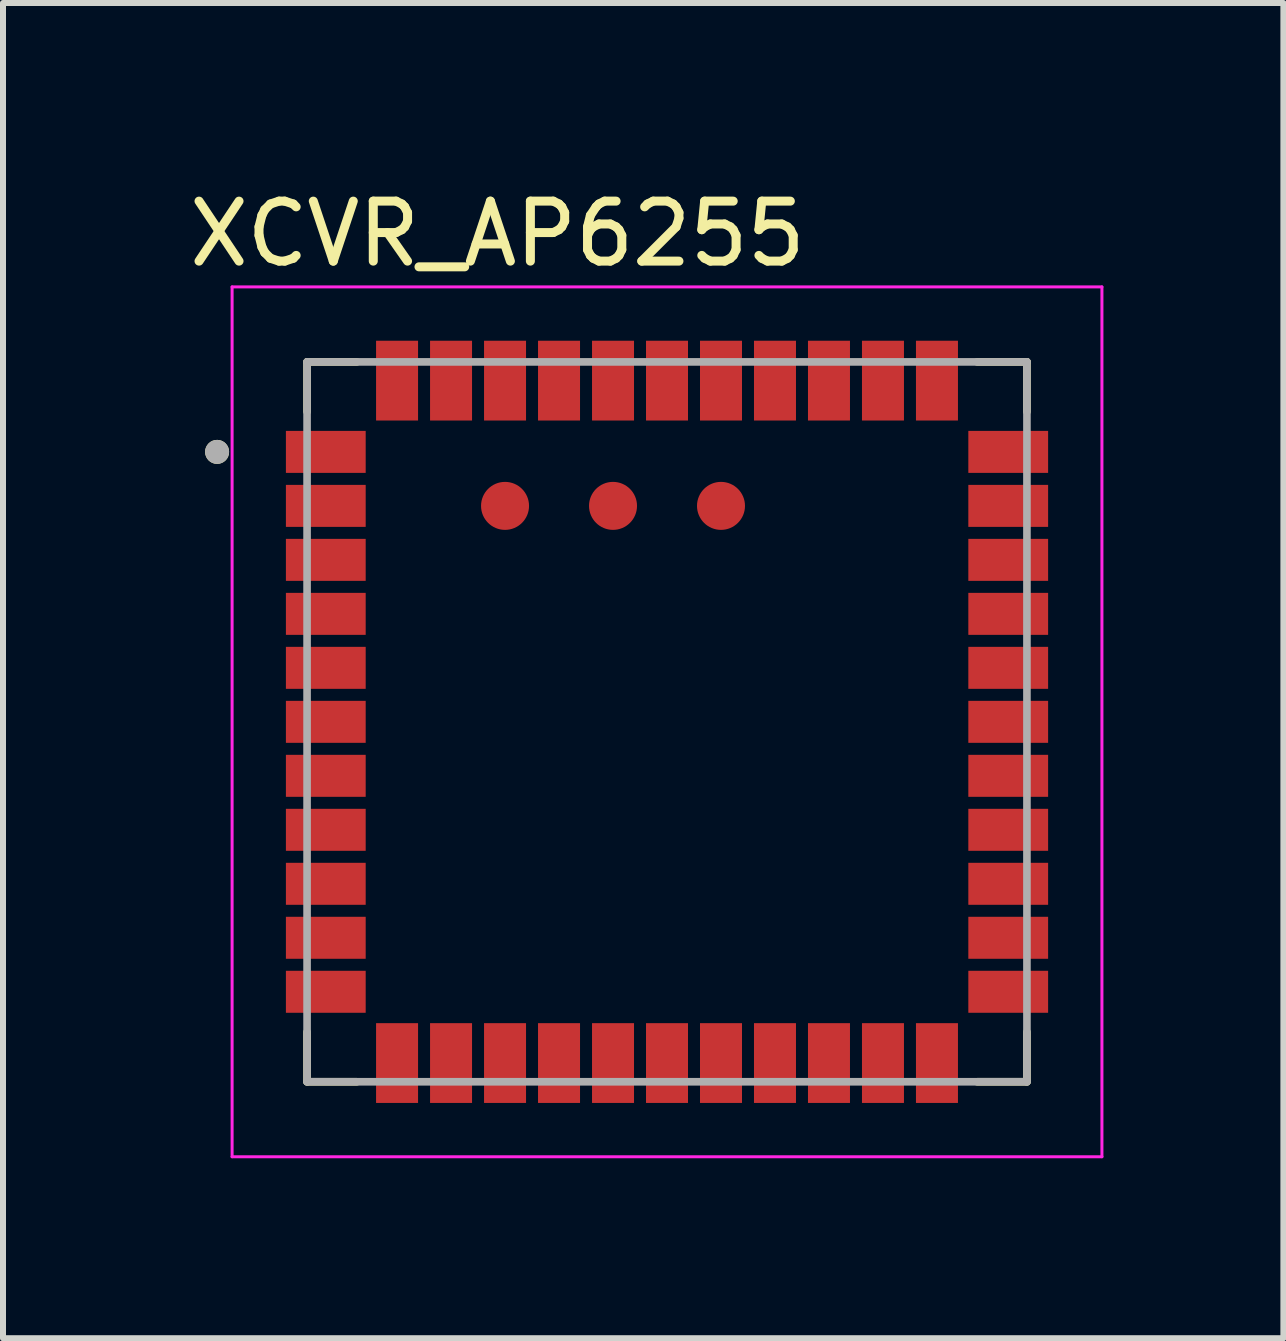
<source format=kicad_pcb>
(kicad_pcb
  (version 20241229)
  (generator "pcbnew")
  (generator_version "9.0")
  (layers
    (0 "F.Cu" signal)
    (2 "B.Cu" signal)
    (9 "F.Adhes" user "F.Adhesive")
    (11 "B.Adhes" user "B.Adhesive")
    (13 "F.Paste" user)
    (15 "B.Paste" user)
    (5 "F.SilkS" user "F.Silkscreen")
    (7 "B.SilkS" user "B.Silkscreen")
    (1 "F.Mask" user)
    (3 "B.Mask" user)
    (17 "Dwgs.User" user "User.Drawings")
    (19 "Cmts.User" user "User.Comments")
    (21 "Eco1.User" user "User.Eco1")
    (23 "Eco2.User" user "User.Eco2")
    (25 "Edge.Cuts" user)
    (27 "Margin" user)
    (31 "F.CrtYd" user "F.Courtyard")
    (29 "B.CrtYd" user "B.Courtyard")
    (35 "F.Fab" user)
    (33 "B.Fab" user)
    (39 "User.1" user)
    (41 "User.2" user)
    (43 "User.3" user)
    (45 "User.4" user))
  (footprint "XCVR_AP6255"
    (layer "F.Cu")
    (at 8.069 8.983)
    (property "Reference" "XCVR_AP6255" (at -2.825 -8.135 0) (layer "F.SilkS") (effects (font (size 1 1) (thickness 0.15))))
    (attr smd)
    (fp_poly (pts (xy -6.402 -4.9) (xy -4.973 -4.9) (xy -4.973 -4.1) (xy -6.402 -4.1)) (stroke (width 0.01) (type solid)) (fill yes) (layer "F.Mask"))
    (fp_poly (pts (xy -6.402 -4) (xy -4.973 -4) (xy -4.973 -3.2) (xy -6.402 -3.2)) (stroke (width 0.01) (type solid)) (fill yes) (layer "F.Mask"))
    (fp_poly (pts (xy -6.402 -3.1) (xy -4.973 -3.1) (xy -4.973 -2.3) (xy -6.402 -2.3)) (stroke (width 0.01) (type solid)) (fill yes) (layer "F.Mask"))
    (fp_poly (pts (xy -6.402 -2.2) (xy -4.973 -2.2) (xy -4.973 -1.4) (xy -6.402 -1.4)) (stroke (width 0.01) (type solid)) (fill yes) (layer "F.Mask"))
    (fp_poly (pts (xy -6.402 -1.3) (xy -4.973 -1.3) (xy -4.973 -0.5) (xy -6.402 -0.5)) (stroke (width 0.01) (type solid)) (fill yes) (layer "F.Mask"))
    (fp_poly (pts (xy -6.402 -0.4) (xy -4.973 -0.4) (xy -4.973 0.4) (xy -6.402 0.4)) (stroke (width 0.01) (type solid)) (fill yes) (layer "F.Mask"))
    (fp_poly (pts (xy -6.402 0.5) (xy -4.973 0.5) (xy -4.973 1.3) (xy -6.402 1.3)) (stroke (width 0.01) (type solid)) (fill yes) (layer "F.Mask"))
    (fp_poly (pts (xy -6.402 1.4) (xy -4.973 1.4) (xy -4.973 2.2) (xy -6.402 2.2)) (stroke (width 0.01) (type solid)) (fill yes) (layer "F.Mask"))
    (fp_poly (pts (xy -6.402 2.3) (xy -4.973 2.3) (xy -4.973 3.1) (xy -6.402 3.1)) (stroke (width 0.01) (type solid)) (fill yes) (layer "F.Mask"))
    (fp_poly (pts (xy -6.402 3.2) (xy -4.973 3.2) (xy -4.973 4) (xy -6.402 4)) (stroke (width 0.01) (type solid)) (fill yes) (layer "F.Mask"))
    (fp_poly (pts (xy -6.402 4.1) (xy -4.973 4.1) (xy -4.973 4.9) (xy -6.402 4.9)) (stroke (width 0.01) (type solid)) (fill yes) (layer "F.Mask"))
    (fp_poly (pts (xy -4.9 -6.402) (xy -4.1 -6.402) (xy -4.1 -4.973) (xy -4.9 -4.973)) (stroke (width 0.01) (type solid)) (fill yes) (layer "F.Mask"))
    (fp_poly (pts (xy -4.9 4.973) (xy -4.1 4.973) (xy -4.1 6.402) (xy -4.9 6.402)) (stroke (width 0.01) (type solid)) (fill yes) (layer "F.Mask"))
    (fp_poly (pts (xy -4 -6.402) (xy -3.2 -6.402) (xy -3.2 -4.973) (xy -4 -4.973)) (stroke (width 0.01) (type solid)) (fill yes) (layer "F.Mask"))
    (fp_poly (pts (xy -4 4.973) (xy -3.2 4.973) (xy -3.2 6.402) (xy -4 6.402)) (stroke (width 0.01) (type solid)) (fill yes) (layer "F.Mask"))
    (fp_poly (pts (xy -3.1 -6.402) (xy -2.3 -6.402) (xy -2.3 -4.973) (xy -3.1 -4.973)) (stroke (width 0.01) (type solid)) (fill yes) (layer "F.Mask"))
    (fp_poly (pts (xy -3.1 4.973) (xy -2.3 4.973) (xy -2.3 6.402) (xy -3.1 6.402)) (stroke (width 0.01) (type solid)) (fill yes) (layer "F.Mask"))
    (fp_poly (pts (xy -2.2 -6.402) (xy -1.4 -6.402) (xy -1.4 -4.973) (xy -2.2 -4.973)) (stroke (width 0.01) (type solid)) (fill yes) (layer "F.Mask"))
    (fp_poly (pts (xy -2.2 4.973) (xy -1.4 4.973) (xy -1.4 6.402) (xy -2.2 6.402)) (stroke (width 0.01) (type solid)) (fill yes) (layer "F.Mask"))
    (fp_poly (pts (xy -1.3 -6.402) (xy -0.5 -6.402) (xy -0.5 -4.973) (xy -1.3 -4.973)) (stroke (width 0.01) (type solid)) (fill yes) (layer "F.Mask"))
    (fp_poly (pts (xy -1.3 4.973) (xy -0.5 4.973) (xy -0.5 6.402) (xy -1.3 6.402)) (stroke (width 0.01) (type solid)) (fill yes) (layer "F.Mask"))
    (fp_poly (pts (xy -0.4 -6.402) (xy 0.4 -6.402) (xy 0.4 -4.973) (xy -0.4 -4.973)) (stroke (width 0.01) (type solid)) (fill yes) (layer "F.Mask"))
    (fp_poly (pts (xy -0.4 4.973) (xy 0.4 4.973) (xy 0.4 6.402) (xy -0.4 6.402)) (stroke (width 0.01) (type solid)) (fill yes) (layer "F.Mask"))
    (fp_poly (pts (xy 0.5 -6.402) (xy 1.3 -6.402) (xy 1.3 -4.973) (xy 0.5 -4.973)) (stroke (width 0.01) (type solid)) (fill yes) (layer "F.Mask"))
    (fp_poly (pts (xy 0.5 4.973) (xy 1.3 4.973) (xy 1.3 6.402) (xy 0.5 6.402)) (stroke (width 0.01) (type solid)) (fill yes) (layer "F.Mask"))
    (fp_poly (pts (xy 1.4 -6.402) (xy 2.2 -6.402) (xy 2.2 -4.973) (xy 1.4 -4.973)) (stroke (width 0.01) (type solid)) (fill yes) (layer "F.Mask"))
    (fp_poly (pts (xy 1.4 4.973) (xy 2.2 4.973) (xy 2.2 6.402) (xy 1.4 6.402)) (stroke (width 0.01) (type solid)) (fill yes) (layer "F.Mask"))
    (fp_poly (pts (xy 2.3 -6.402) (xy 3.1 -6.402) (xy 3.1 -4.973) (xy 2.3 -4.973)) (stroke (width 0.01) (type solid)) (fill yes) (layer "F.Mask"))
    (fp_poly (pts (xy 2.3 4.973) (xy 3.1 4.973) (xy 3.1 6.402) (xy 2.3 6.402)) (stroke (width 0.01) (type solid)) (fill yes) (layer "F.Mask"))
    (fp_poly (pts (xy 3.2 -6.402) (xy 4 -6.402) (xy 4 -4.973) (xy 3.2 -4.973)) (stroke (width 0.01) (type solid)) (fill yes) (layer "F.Mask"))
    (fp_poly (pts (xy 3.2 4.973) (xy 4 4.973) (xy 4 6.402) (xy 3.2 6.402)) (stroke (width 0.01) (type solid)) (fill yes) (layer "F.Mask"))
    (fp_poly (pts (xy 4.1 -6.402) (xy 4.9 -6.402) (xy 4.9 -4.973) (xy 4.1 -4.973)) (stroke (width 0.01) (type solid)) (fill yes) (layer "F.Mask"))
    (fp_poly (pts (xy 4.1 4.973) (xy 4.9 4.973) (xy 4.9 6.402) (xy 4.1 6.402)) (stroke (width 0.01) (type solid)) (fill yes) (layer "F.Mask"))
    (fp_poly (pts (xy 4.973 -4.9) (xy 6.402 -4.9) (xy 6.402 -4.1) (xy 4.973 -4.1)) (stroke (width 0.01) (type solid)) (fill yes) (layer "F.Mask"))
    (fp_poly (pts (xy 4.973 -4) (xy 6.402 -4) (xy 6.402 -3.2) (xy 4.973 -3.2)) (stroke (width 0.01) (type solid)) (fill yes) (layer "F.Mask"))
    (fp_poly (pts (xy 4.973 -3.1) (xy 6.402 -3.1) (xy 6.402 -2.3) (xy 4.973 -2.3)) (stroke (width 0.01) (type solid)) (fill yes) (layer "F.Mask"))
    (fp_poly (pts (xy 4.973 -2.2) (xy 6.402 -2.2) (xy 6.402 -1.4) (xy 4.973 -1.4)) (stroke (width 0.01) (type solid)) (fill yes) (layer "F.Mask"))
    (fp_poly (pts (xy 4.973 -1.3) (xy 6.402 -1.3) (xy 6.402 -0.5) (xy 4.973 -0.5)) (stroke (width 0.01) (type solid)) (fill yes) (layer "F.Mask"))
    (fp_poly (pts (xy 4.973 -0.4) (xy 6.402 -0.4) (xy 6.402 0.4) (xy 4.973 0.4)) (stroke (width 0.01) (type solid)) (fill yes) (layer "F.Mask"))
    (fp_poly (pts (xy 4.973 0.5) (xy 6.402 0.5) (xy 6.402 1.3) (xy 4.973 1.3)) (stroke (width 0.01) (type solid)) (fill yes) (layer "F.Mask"))
    (fp_poly (pts (xy 4.973 1.4) (xy 6.402 1.4) (xy 6.402 2.2) (xy 4.973 2.2)) (stroke (width 0.01) (type solid)) (fill yes) (layer "F.Mask"))
    (fp_poly (pts (xy 4.973 2.3) (xy 6.402 2.3) (xy 6.402 3.1) (xy 4.973 3.1)) (stroke (width 0.01) (type solid)) (fill yes) (layer "F.Mask"))
    (fp_poly (pts (xy 4.973 3.2) (xy 6.402 3.2) (xy 6.402 4) (xy 4.973 4)) (stroke (width 0.01) (type solid)) (fill yes) (layer "F.Mask"))
    (fp_poly (pts (xy 4.973 4.1) (xy 6.402 4.1) (xy 6.402 4.9) (xy 4.973 4.9)) (stroke (width 0.01) (type solid)) (fill yes) (layer "F.Mask"))
    (fp_line (start -6 -6) (end -6 -5.17) (stroke (width 0.127) (type solid)) (layer "F.SilkS"))
    (fp_line (start -6 5.17) (end -6 6) (stroke (width 0.127) (type solid)) (layer "F.SilkS"))
    (fp_line (start -6 6) (end -5.17 6) (stroke (width 0.127) (type solid)) (layer "F.SilkS"))
    (fp_line (start -5.17 -6) (end -6 -6) (stroke (width 0.127) (type solid)) (layer "F.SilkS"))
    (fp_line (start 5.17 6) (end 6 6) (stroke (width 0.127) (type solid)) (layer "F.SilkS"))
    (fp_line (start 6 -6) (end 5.17 -6) (stroke (width 0.127) (type solid)) (layer "F.SilkS"))
    (fp_line (start 6 -5.17) (end 6 -6) (stroke (width 0.127) (type solid)) (layer "F.SilkS"))
    (fp_line (start 6 6) (end 6 5.17) (stroke (width 0.127) (type solid)) (layer "F.SilkS"))
    (fp_circle (center -7.5 -4.5) (end -7.4 -4.5) (stroke (width 0.2) (type solid)) (fill no) (layer "F.SilkS"))
    (fp_circle (center -2.7 -3.6) (end -2.562 -3.6) (stroke (width 0.275) (type solid)) (fill no) (layer "F.Paste"))
    (fp_circle (center -0.9 -3.6) (end -0.762 -3.6) (stroke (width 0.275) (type solid)) (fill no) (layer "F.Paste"))
    (fp_circle (center 0.9 -3.6) (end 1.038 -3.6) (stroke (width 0.275) (type solid)) (fill no) (layer "F.Paste"))
    (fp_poly (pts (xy -6.463 -4.775) (xy -4.912 -4.775) (xy -4.912 -4.225) (xy -6.463 -4.225)) (stroke (width 0.01) (type solid)) (fill yes) (layer "F.Paste"))
    (fp_poly (pts (xy -6.463 -3.875) (xy -4.912 -3.875) (xy -4.912 -3.325) (xy -6.463 -3.325)) (stroke (width 0.01) (type solid)) (fill yes) (layer "F.Paste"))
    (fp_poly (pts (xy -6.463 -2.975) (xy -4.912 -2.975) (xy -4.912 -2.425) (xy -6.463 -2.425)) (stroke (width 0.01) (type solid)) (fill yes) (layer "F.Paste"))
    (fp_poly (pts (xy -6.463 -2.075) (xy -4.912 -2.075) (xy -4.912 -1.525) (xy -6.463 -1.525)) (stroke (width 0.01) (type solid)) (fill yes) (layer "F.Paste"))
    (fp_poly (pts (xy -6.463 -1.175) (xy -4.912 -1.175) (xy -4.912 -0.625) (xy -6.463 -0.625)) (stroke (width 0.01) (type solid)) (fill yes) (layer "F.Paste"))
    (fp_poly (pts (xy -6.463 -0.275) (xy -4.912 -0.275) (xy -4.912 0.275) (xy -6.463 0.275)) (stroke (width 0.01) (type solid)) (fill yes) (layer "F.Paste"))
    (fp_poly (pts (xy -6.463 0.625) (xy -4.912 0.625) (xy -4.912 1.175) (xy -6.463 1.175)) (stroke (width 0.01) (type solid)) (fill yes) (layer "F.Paste"))
    (fp_poly (pts (xy -6.463 1.525) (xy -4.912 1.525) (xy -4.912 2.075) (xy -6.463 2.075)) (stroke (width 0.01) (type solid)) (fill yes) (layer "F.Paste"))
    (fp_poly (pts (xy -6.463 2.425) (xy -4.912 2.425) (xy -4.912 2.975) (xy -6.463 2.975)) (stroke (width 0.01) (type solid)) (fill yes) (layer "F.Paste"))
    (fp_poly (pts (xy -6.463 3.325) (xy -4.912 3.325) (xy -4.912 3.875) (xy -6.463 3.875)) (stroke (width 0.01) (type solid)) (fill yes) (layer "F.Paste"))
    (fp_poly (pts (xy -6.463 4.225) (xy -4.912 4.225) (xy -4.912 4.775) (xy -6.463 4.775)) (stroke (width 0.01) (type solid)) (fill yes) (layer "F.Paste"))
    (fp_poly (pts (xy -4.775 -6.463) (xy -4.225 -6.463) (xy -4.225 -4.912) (xy -4.775 -4.912)) (stroke (width 0.01) (type solid)) (fill yes) (layer "F.Paste"))
    (fp_poly (pts (xy -4.775 4.912) (xy -4.225 4.912) (xy -4.225 6.463) (xy -4.775 6.463)) (stroke (width 0.01) (type solid)) (fill yes) (layer "F.Paste"))
    (fp_poly (pts (xy -3.875 -6.463) (xy -3.325 -6.463) (xy -3.325 -4.912) (xy -3.875 -4.912)) (stroke (width 0.01) (type solid)) (fill yes) (layer "F.Paste"))
    (fp_poly (pts (xy -3.875 4.912) (xy -3.325 4.912) (xy -3.325 6.463) (xy -3.875 6.463)) (stroke (width 0.01) (type solid)) (fill yes) (layer "F.Paste"))
    (fp_poly (pts (xy -2.975 -6.463) (xy -2.425 -6.463) (xy -2.425 -4.912) (xy -2.975 -4.912)) (stroke (width 0.01) (type solid)) (fill yes) (layer "F.Paste"))
    (fp_poly (pts (xy -2.975 4.912) (xy -2.425 4.912) (xy -2.425 6.463) (xy -2.975 6.463)) (stroke (width 0.01) (type solid)) (fill yes) (layer "F.Paste"))
    (fp_poly (pts (xy -2.075 -6.463) (xy -1.525 -6.463) (xy -1.525 -4.912) (xy -2.075 -4.912)) (stroke (width 0.01) (type solid)) (fill yes) (layer "F.Paste"))
    (fp_poly (pts (xy -2.075 4.912) (xy -1.525 4.912) (xy -1.525 6.463) (xy -2.075 6.463)) (stroke (width 0.01) (type solid)) (fill yes) (layer "F.Paste"))
    (fp_poly (pts (xy -1.175 -6.463) (xy -0.625 -6.463) (xy -0.625 -4.912) (xy -1.175 -4.912)) (stroke (width 0.01) (type solid)) (fill yes) (layer "F.Paste"))
    (fp_poly (pts (xy -1.175 4.912) (xy -0.625 4.912) (xy -0.625 6.463) (xy -1.175 6.463)) (stroke (width 0.01) (type solid)) (fill yes) (layer "F.Paste"))
    (fp_poly (pts (xy -0.275 -6.463) (xy 0.275 -6.463) (xy 0.275 -4.912) (xy -0.275 -4.912)) (stroke (width 0.01) (type solid)) (fill yes) (layer "F.Paste"))
    (fp_poly (pts (xy -0.275 4.912) (xy 0.275 4.912) (xy 0.275 6.463) (xy -0.275 6.463)) (stroke (width 0.01) (type solid)) (fill yes) (layer "F.Paste"))
    (fp_poly (pts (xy 0.625 -6.463) (xy 1.175 -6.463) (xy 1.175 -4.912) (xy 0.625 -4.912)) (stroke (width 0.01) (type solid)) (fill yes) (layer "F.Paste"))
    (fp_poly (pts (xy 0.625 4.912) (xy 1.175 4.912) (xy 1.175 6.463) (xy 0.625 6.463)) (stroke (width 0.01) (type solid)) (fill yes) (layer "F.Paste"))
    (fp_poly (pts (xy 1.525 -6.463) (xy 2.075 -6.463) (xy 2.075 -4.912) (xy 1.525 -4.912)) (stroke (width 0.01) (type solid)) (fill yes) (layer "F.Paste"))
    (fp_poly (pts (xy 1.525 4.912) (xy 2.075 4.912) (xy 2.075 6.463) (xy 1.525 6.463)) (stroke (width 0.01) (type solid)) (fill yes) (layer "F.Paste"))
    (fp_poly (pts (xy 2.425 -6.463) (xy 2.975 -6.463) (xy 2.975 -4.912) (xy 2.425 -4.912)) (stroke (width 0.01) (type solid)) (fill yes) (layer "F.Paste"))
    (fp_poly (pts (xy 2.425 4.912) (xy 2.975 4.912) (xy 2.975 6.463) (xy 2.425 6.463)) (stroke (width 0.01) (type solid)) (fill yes) (layer "F.Paste"))
    (fp_poly (pts (xy 3.325 -6.463) (xy 3.875 -6.463) (xy 3.875 -4.912) (xy 3.325 -4.912)) (stroke (width 0.01) (type solid)) (fill yes) (layer "F.Paste"))
    (fp_poly (pts (xy 3.325 4.912) (xy 3.875 4.912) (xy 3.875 6.463) (xy 3.325 6.463)) (stroke (width 0.01) (type solid)) (fill yes) (layer "F.Paste"))
    (fp_poly (pts (xy 4.225 -6.463) (xy 4.775 -6.463) (xy 4.775 -4.912) (xy 4.225 -4.912)) (stroke (width 0.01) (type solid)) (fill yes) (layer "F.Paste"))
    (fp_poly (pts (xy 4.225 4.912) (xy 4.775 4.912) (xy 4.775 6.463) (xy 4.225 6.463)) (stroke (width 0.01) (type solid)) (fill yes) (layer "F.Paste"))
    (fp_poly (pts (xy 4.912 -4.775) (xy 6.463 -4.775) (xy 6.463 -4.225) (xy 4.912 -4.225)) (stroke (width 0.01) (type solid)) (fill yes) (layer "F.Paste"))
    (fp_poly (pts (xy 4.912 -3.875) (xy 6.463 -3.875) (xy 6.463 -3.325) (xy 4.912 -3.325)) (stroke (width 0.01) (type solid)) (fill yes) (layer "F.Paste"))
    (fp_poly (pts (xy 4.912 -2.975) (xy 6.463 -2.975) (xy 6.463 -2.425) (xy 4.912 -2.425)) (stroke (width 0.01) (type solid)) (fill yes) (layer "F.Paste"))
    (fp_poly (pts (xy 4.912 -2.075) (xy 6.463 -2.075) (xy 6.463 -1.525) (xy 4.912 -1.525)) (stroke (width 0.01) (type solid)) (fill yes) (layer "F.Paste"))
    (fp_poly (pts (xy 4.912 -1.175) (xy 6.463 -1.175) (xy 6.463 -0.625) (xy 4.912 -0.625)) (stroke (width 0.01) (type solid)) (fill yes) (layer "F.Paste"))
    (fp_poly (pts (xy 4.912 -0.275) (xy 6.463 -0.275) (xy 6.463 0.275) (xy 4.912 0.275)) (stroke (width 0.01) (type solid)) (fill yes) (layer "F.Paste"))
    (fp_poly (pts (xy 4.912 0.625) (xy 6.463 0.625) (xy 6.463 1.175) (xy 4.912 1.175)) (stroke (width 0.01) (type solid)) (fill yes) (layer "F.Paste"))
    (fp_poly (pts (xy 4.912 1.525) (xy 6.463 1.525) (xy 6.463 2.075) (xy 4.912 2.075)) (stroke (width 0.01) (type solid)) (fill yes) (layer "F.Paste"))
    (fp_poly (pts (xy 4.912 2.425) (xy 6.463 2.425) (xy 6.463 2.975) (xy 4.912 2.975)) (stroke (width 0.01) (type solid)) (fill yes) (layer "F.Paste"))
    (fp_poly (pts (xy 4.912 3.325) (xy 6.463 3.325) (xy 6.463 3.875) (xy 4.912 3.875)) (stroke (width 0.01) (type solid)) (fill yes) (layer "F.Paste"))
    (fp_poly (pts (xy 4.912 4.225) (xy 6.463 4.225) (xy 6.463 4.775) (xy 4.912 4.775)) (stroke (width 0.01) (type solid)) (fill yes) (layer "F.Paste"))
    (fp_line (start -7.25 -7.25) (end 7.25 -7.25) (stroke (width 0.05) (type solid)) (layer "F.CrtYd"))
    (fp_line (start -7.25 7.25) (end -7.25 -7.25) (stroke (width 0.05) (type solid)) (layer "F.CrtYd"))
    (fp_line (start 7.25 -7.25) (end 7.25 7.25) (stroke (width 0.05) (type solid)) (layer "F.CrtYd"))
    (fp_line (start 7.25 7.25) (end -7.25 7.25) (stroke (width 0.05) (type solid)) (layer "F.CrtYd"))
    (fp_line (start -6 -6) (end -6 6) (stroke (width 0.127) (type solid)) (layer "F.Fab"))
    (fp_line (start -6 6) (end 6 6) (stroke (width 0.127) (type solid)) (layer "F.Fab"))
    (fp_line (start 6 -6) (end -6 -6) (stroke (width 0.127) (type solid)) (layer "F.Fab"))
    (fp_line (start 6 6) (end 6 -6) (stroke (width 0.127) (type solid)) (layer "F.Fab"))
    (fp_circle (center -7.5 -4.5) (end -7.4 -4.5) (stroke (width 0.2) (type solid)) (fill no) (layer "F.Fab"))
    (pad "1" smd rect (at -5.688 -4.5) (size 1.33 0.7) (layers "F.Cu"))
    (pad "2" smd rect (at -5.688 -3.6) (size 1.33 0.7) (layers "F.Cu"))
    (pad "3" smd rect (at -5.688 -2.7) (size 1.33 0.7) (layers "F.Cu"))
    (pad "4" smd rect (at -5.688 -1.8) (size 1.33 0.7) (layers "F.Cu"))
    (pad "5" smd rect (at -5.688 -0.9) (size 1.33 0.7) (layers "F.Cu"))
    (pad "6" smd rect (at -5.688 0) (size 1.33 0.7) (layers "F.Cu"))
    (pad "7" smd rect (at -5.688 0.9) (size 1.33 0.7) (layers "F.Cu"))
    (pad "8" smd rect (at -5.688 1.8) (size 1.33 0.7) (layers "F.Cu"))
    (pad "9" smd rect (at -5.688 2.7) (size 1.33 0.7) (layers "F.Cu"))
    (pad "10" smd rect (at -5.688 3.6) (size 1.33 0.7) (layers "F.Cu"))
    (pad "11" smd rect (at -5.688 4.5) (size 1.33 0.7) (layers "F.Cu"))
    (pad "12" smd rect (at -4.5 5.688) (size 0.7 1.33) (layers "F.Cu"))
    (pad "13" smd rect (at -3.6 5.688) (size 0.7 1.33) (layers "F.Cu"))
    (pad "14" smd rect (at -2.7 5.688) (size 0.7 1.33) (layers "F.Cu"))
    (pad "15" smd rect (at -1.8 5.688) (size 0.7 1.33) (layers "F.Cu"))
    (pad "16" smd rect (at -0.9 5.688) (size 0.7 1.33) (layers "F.Cu"))
    (pad "17" smd rect (at 0 5.688) (size 0.7 1.33) (layers "F.Cu"))
    (pad "18" smd rect (at 0.9 5.688) (size 0.7 1.33) (layers "F.Cu"))
    (pad "19" smd rect (at 1.8 5.688) (size 0.7 1.33) (layers "F.Cu"))
    (pad "20" smd rect (at 2.7 5.688) (size 0.7 1.33) (layers "F.Cu"))
    (pad "21" smd rect (at 3.6 5.688) (size 0.7 1.33) (layers "F.Cu"))
    (pad "22" smd rect (at 4.5 5.688) (size 0.7 1.33) (layers "F.Cu"))
    (pad "23" smd rect (at 5.688 4.5) (size 1.33 0.7) (layers "F.Cu"))
    (pad "24" smd rect (at 5.688 3.6) (size 1.33 0.7) (layers "F.Cu"))
    (pad "25" smd rect (at 5.688 2.7) (size 1.33 0.7) (layers "F.Cu"))
    (pad "26" smd rect (at 5.688 1.8) (size 1.33 0.7) (layers "F.Cu"))
    (pad "27" smd rect (at 5.688 0.9) (size 1.33 0.7) (layers "F.Cu"))
    (pad "28" smd rect (at 5.688 0) (size 1.33 0.7) (layers "F.Cu"))
    (pad "29" smd rect (at 5.688 -0.9) (size 1.33 0.7) (layers "F.Cu"))
    (pad "30" smd rect (at 5.688 -1.8) (size 1.33 0.7) (layers "F.Cu"))
    (pad "31" smd rect (at 5.688 -2.7) (size 1.33 0.7) (layers "F.Cu"))
    (pad "32" smd rect (at 5.688 -3.6) (size 1.33 0.7) (layers "F.Cu"))
    (pad "33" smd rect (at 5.688 -4.5) (size 1.33 0.7) (layers "F.Cu"))
    (pad "34" smd rect (at 4.5 -5.688) (size 0.7 1.33) (layers "F.Cu"))
    (pad "35" smd rect (at 3.6 -5.688) (size 0.7 1.33) (layers "F.Cu"))
    (pad "36" smd rect (at 2.7 -5.688) (size 0.7 1.33) (layers "F.Cu"))
    (pad "37" smd rect (at 1.8 -5.688) (size 0.7 1.33) (layers "F.Cu"))
    (pad "38" smd rect (at 0.9 -5.688) (size 0.7 1.33) (layers "F.Cu"))
    (pad "39" smd rect (at 0 -5.688) (size 0.7 1.33) (layers "F.Cu"))
    (pad "40" smd rect (at -0.9 -5.688) (size 0.7 1.33) (layers "F.Cu"))
    (pad "41" smd rect (at -1.8 -5.688) (size 0.7 1.33) (layers "F.Cu"))
    (pad "42" smd rect (at -2.7 -5.688) (size 0.7 1.33) (layers "F.Cu"))
    (pad "43" smd rect (at -3.6 -5.688) (size 0.7 1.33) (layers "F.Cu"))
    (pad "44" smd rect (at -4.5 -5.688) (size 0.7 1.33) (layers "F.Cu"))
    (pad "45" smd circle (at -2.7 -3.6) (size 0.8 0.8) (layers "F.Cu" "F.Mask"))
    (pad "46" smd circle (at -0.9 -3.6) (size 0.8 0.8) (layers "F.Cu" "F.Mask"))
    (pad "47" smd circle (at 0.9 -3.6) (size 0.8 0.8) (layers "F.Cu" "F.Mask"))
    (zone (net_name "") (layer "F.Cu") (hatch full 0.508) (connect_pads) (min_thickness 0.01) (filled_areas_thickness no) (keepout (tracks not_allowed) (vias not_allowed) (pads not_allowed) (copperpour not_allowed) (footprints allowed)) (placement (enabled no)) (fill) (polygon (pts (xy 3.657 4.303) (xy 3.657 4.684) (xy 3.317 4.494))))
    (zone (net_name "") (layers "F.Cu" "B.Cu") (hatch full 0.508) (connect_pads) (min_thickness 0.01) (filled_areas_thickness no) (keepout (tracks allowed) (vias not_allowed) (pads allowed) (copperpour allowed) (footprints allowed)) (placement (enabled no)) (fill) (polygon (pts (xy 3.657 4.303) (xy 3.657 4.684) (xy 3.317 4.494)))))
  (gr_rect
    (start -3 -3)
    (end 18.344 19.258)
    (stroke (width 0.1) (type default))
    (fill no)
    (layer "Edge.Cuts")))
</source>
